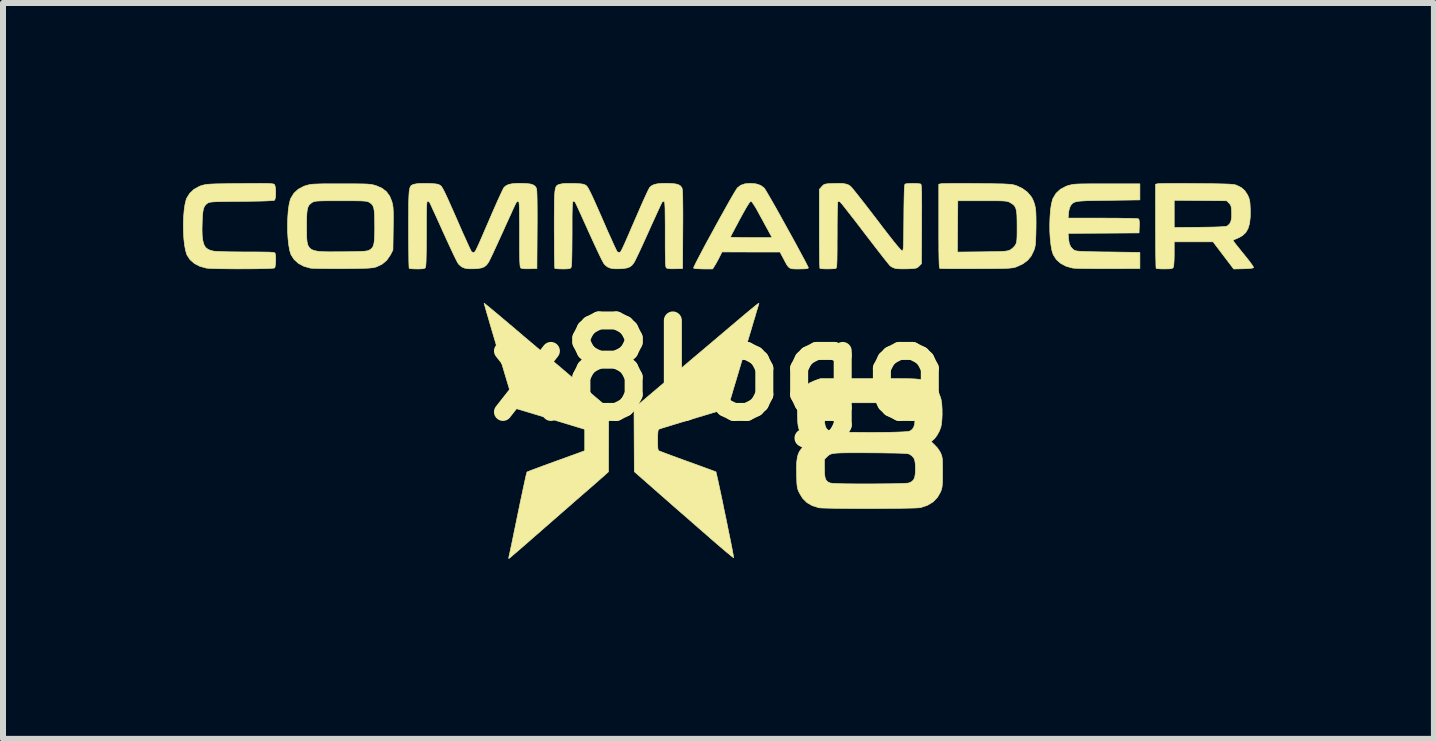
<source format=kicad_pcb>
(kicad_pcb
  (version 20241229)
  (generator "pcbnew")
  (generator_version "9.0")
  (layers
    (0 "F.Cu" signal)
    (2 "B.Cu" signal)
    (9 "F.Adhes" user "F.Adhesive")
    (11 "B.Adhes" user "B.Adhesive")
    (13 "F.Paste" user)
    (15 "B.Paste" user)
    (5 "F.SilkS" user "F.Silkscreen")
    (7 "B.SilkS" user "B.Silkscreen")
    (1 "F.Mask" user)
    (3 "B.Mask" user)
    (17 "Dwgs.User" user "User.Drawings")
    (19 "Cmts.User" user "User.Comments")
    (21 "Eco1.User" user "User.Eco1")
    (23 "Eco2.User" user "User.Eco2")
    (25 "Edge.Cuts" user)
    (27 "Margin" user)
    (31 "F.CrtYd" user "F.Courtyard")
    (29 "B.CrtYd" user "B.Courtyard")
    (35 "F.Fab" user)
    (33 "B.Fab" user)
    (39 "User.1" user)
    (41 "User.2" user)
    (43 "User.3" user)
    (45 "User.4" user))
  (footprint "x8logo"
    (layer "F.Cu")
    (at 8.923 3.124)
    (property "Reference" "x8logo" (at 0 0 0) (layer "F.SilkS") (effects (font (size 1.524 1.524) (thickness 0.3))))
    (attr through_hole)
    (fp_poly (pts (xy 7.02 -2.843) (xy 6.498 -2.836) (xy 6.356 -2.834) (xy 6.239 -2.832) (xy 6.145 -2.83) (xy 6.07 -2.826) (xy 6.012 -2.822) (xy 5.969 -2.816) (xy 5.937 -2.807) (xy 5.913 -2.797) (xy 5.895 -2.783) (xy 5.88 -2.767) (xy 5.867 -2.75) (xy 5.848 -2.709) (xy 5.834 -2.65) (xy 5.832 -2.627) (xy 5.824 -2.54) (xy 6.401 -2.54) (xy 6.526 -2.539) (xy 6.643 -2.539) (xy 6.748 -2.537) (xy 6.839 -2.536) (xy 6.912 -2.534) (xy 6.964 -2.531) (xy 6.992 -2.529) (xy 6.996 -2.528) (xy 7.006 -2.511) (xy 7.011 -2.474) (xy 7.011 -2.412) (xy 7.01 -2.405) (xy 7.006 -2.293) (xy 6.415 -2.289) (xy 5.824 -2.286) (xy 5.831 -2.194) (xy 5.843 -2.118) (xy 5.867 -2.062) (xy 5.905 -2.02) (xy 5.923 -2.008) (xy 5.935 -2.001) (xy 5.951 -1.996) (xy 5.975 -1.991) (xy 6.01 -1.988) (xy 6.057 -1.985) (xy 6.119 -1.982) (xy 6.201 -1.98) (xy 6.304 -1.978) (xy 6.431 -1.976) (xy 6.49 -1.976) (xy 7.02 -1.968) (xy 7.02 -1.7) (xy 6.491 -1.698) (xy 6.369 -1.698) (xy 6.253 -1.699) (xy 6.147 -1.7) (xy 6.055 -1.701) (xy 5.98 -1.703) (xy 5.926 -1.705) (xy 5.897 -1.708) (xy 5.897 -1.708) (xy 5.792 -1.737) (xy 5.701 -1.785) (xy 5.629 -1.848) (xy 5.579 -1.926) (xy 5.576 -1.931) (xy 5.554 -2.001) (xy 5.538 -2.092) (xy 5.526 -2.199) (xy 5.519 -2.315) (xy 5.518 -2.436) (xy 5.522 -2.555) (xy 5.53 -2.667) (xy 5.544 -2.765) (xy 5.563 -2.844) (xy 5.573 -2.87) (xy 5.624 -2.954) (xy 5.697 -3.021) (xy 5.79 -3.07) (xy 5.819 -3.08) (xy 5.846 -3.088) (xy 5.871 -3.094) (xy 5.899 -3.1) (xy 5.932 -3.104) (xy 5.973 -3.107) (xy 6.025 -3.109) (xy 6.093 -3.11) (xy 6.178 -3.111) (xy 6.283 -3.111) (xy 6.413 -3.111) (xy 6.47 -3.111) (xy 7.02 -3.111) (xy 7.02 -2.843)) (stroke (width 0.01) (type solid)) (fill yes) (layer "F.SilkS"))
    (fp_poly (pts (xy -3.895 -1.114) (xy -3.864 -1.089) (xy -3.815 -1.049) (xy -3.751 -0.996) (xy -3.672 -0.93) (xy -3.582 -0.854) (xy -3.481 -0.769) (xy -3.371 -0.676) (xy -3.256 -0.578) (xy -3.253 -0.575) (xy -3.121 -0.464) (xy -2.984 -0.348) (xy -2.845 -0.23) (xy -2.708 -0.114) (xy -2.576 -0.002) (xy -2.454 0.102) (xy -2.344 0.196) (xy -2.25 0.275) (xy -2.217 0.303) (xy -1.831 0.63) (xy -1.833 1.158) (xy -1.834 1.686) (xy -1.881 1.729) (xy -1.902 1.748) (xy -1.942 1.783) (xy -1.998 1.832) (xy -2.066 1.892) (xy -2.144 1.96) (xy -2.229 2.034) (xy -2.292 2.088) (xy -2.394 2.177) (xy -2.511 2.28) (xy -2.638 2.39) (xy -2.768 2.504) (xy -2.896 2.615) (xy -3.015 2.72) (xy -3.072 2.769) (xy -3.164 2.85) (xy -3.249 2.924) (xy -3.325 2.99) (xy -3.39 3.045) (xy -3.441 3.089) (xy -3.476 3.119) (xy -3.493 3.132) (xy -3.494 3.133) (xy -3.497 3.122) (xy -3.494 3.108) (xy -3.49 3.088) (xy -3.48 3.044) (xy -3.467 2.981) (xy -3.45 2.902) (xy -3.431 2.811) (xy -3.415 2.731) (xy -3.372 2.524) (xy -3.335 2.344) (xy -3.303 2.189) (xy -3.275 2.058) (xy -3.252 1.949) (xy -3.233 1.861) (xy -3.218 1.793) (xy -3.207 1.744) (xy -3.198 1.711) (xy -3.193 1.694) (xy -3.192 1.691) (xy -3.177 1.684) (xy -3.138 1.669) (xy -3.079 1.646) (xy -3.003 1.618) (xy -2.912 1.584) (xy -2.81 1.547) (xy -2.706 1.509) (xy -2.23 1.336) (xy -2.23 0.979) (xy -2.811 0.803) (xy -3.392 0.628) (xy -3.439 0.466) (xy -3.453 0.42) (xy -3.473 0.351) (xy -3.5 0.261) (xy -3.532 0.154) (xy -3.568 0.034) (xy -3.607 -0.097) (xy -3.648 -0.236) (xy -3.69 -0.378) (xy -3.699 -0.407) (xy -3.739 -0.543) (xy -3.777 -0.671) (xy -3.811 -0.787) (xy -3.841 -0.89) (xy -3.867 -0.978) (xy -3.886 -1.047) (xy -3.9 -1.095) (xy -3.906 -1.119) (xy -3.906 -1.122) (xy -3.895 -1.114)) (stroke (width 0.01) (type solid)) (fill yes) (layer "F.SilkS"))
    (fp_poly (pts (xy 0.623 -3.111) (xy 0.699 -3.086) (xy 0.756 -3.045) (xy 0.764 -3.036) (xy 0.778 -3.014) (xy 0.804 -2.971) (xy 0.84 -2.91) (xy 0.884 -2.834) (xy 0.935 -2.745) (xy 0.991 -2.646) (xy 1.05 -2.539) (xy 1.111 -2.429) (xy 1.173 -2.317) (xy 1.234 -2.207) (xy 1.292 -2.101) (xy 1.345 -2.002) (xy 1.393 -1.913) (xy 1.434 -1.837) (xy 1.465 -1.777) (xy 1.487 -1.734) (xy 1.496 -1.713) (xy 1.496 -1.712) (xy 1.489 -1.703) (xy 1.466 -1.698) (xy 1.423 -1.694) (xy 1.357 -1.693) (xy 1.343 -1.693) (xy 1.275 -1.693) (xy 1.226 -1.696) (xy 1.192 -1.706) (xy 1.165 -1.725) (xy 1.139 -1.759) (xy 1.11 -1.811) (xy 1.085 -1.859) (xy 1.023 -1.975) (xy 0.54 -1.975) (xy 0.057 -1.976) (xy 0.013 -1.888) (xy -0.016 -1.833) (xy -0.045 -1.78) (xy -0.065 -1.747) (xy -0.099 -1.693) (xy -0.253 -1.693) (xy -0.319 -1.695) (xy -0.371 -1.698) (xy -0.406 -1.703) (xy -0.416 -1.707) (xy -0.412 -1.723) (xy -0.395 -1.76) (xy -0.367 -1.816) (xy -0.33 -1.888) (xy -0.285 -1.973) (xy -0.234 -2.07) (xy -0.178 -2.174) (xy -0.151 -2.223) (xy 0.198 -2.223) (xy 0.211 -2.221) (xy 0.249 -2.219) (xy 0.307 -2.218) (xy 0.383 -2.216) (xy 0.471 -2.216) (xy 0.545 -2.215) (xy 0.892 -2.215) (xy 0.843 -2.304) (xy 0.82 -2.347) (xy 0.786 -2.408) (xy 0.747 -2.481) (xy 0.704 -2.559) (xy 0.678 -2.607) (xy 0.627 -2.7) (xy 0.586 -2.766) (xy 0.557 -2.807) (xy 0.539 -2.822) (xy 0.538 -2.822) (xy 0.524 -2.811) (xy 0.499 -2.776) (xy 0.463 -2.718) (xy 0.416 -2.636) (xy 0.357 -2.528) (xy 0.356 -2.527) (xy 0.312 -2.443) (xy 0.272 -2.369) (xy 0.239 -2.306) (xy 0.214 -2.258) (xy 0.2 -2.23) (xy 0.198 -2.223) (xy -0.151 -2.223) (xy -0.118 -2.283) (xy -0.057 -2.395) (xy 0.004 -2.506) (xy 0.064 -2.614) (xy 0.121 -2.716) (xy 0.173 -2.809) (xy 0.22 -2.891) (xy 0.259 -2.958) (xy 0.29 -3.008) (xy 0.31 -3.039) (xy 0.315 -3.045) (xy 0.369 -3.087) (xy 0.438 -3.111) (xy 0.525 -3.118) (xy 0.526 -3.118) (xy 0.623 -3.111)) (stroke (width 0.01) (type solid)) (fill yes) (layer "F.SilkS"))
    (fp_poly (pts (xy 7.754 -3.117) (xy 7.88 -3.116) (xy 7.96 -3.115) (xy 8.111 -3.114) (xy 8.236 -3.113) (xy 8.339 -3.111) (xy 8.421 -3.109) (xy 8.486 -3.107) (xy 8.535 -3.104) (xy 8.573 -3.1) (xy 8.601 -3.096) (xy 8.621 -3.091) (xy 8.632 -3.087) (xy 8.71 -3.048) (xy 8.768 -2.997) (xy 8.813 -2.928) (xy 8.816 -2.922) (xy 8.834 -2.883) (xy 8.845 -2.846) (xy 8.853 -2.803) (xy 8.857 -2.746) (xy 8.86 -2.682) (xy 8.859 -2.554) (xy 8.847 -2.45) (xy 8.822 -2.366) (xy 8.785 -2.301) (xy 8.732 -2.251) (xy 8.686 -2.223) (xy 8.641 -2.202) (xy 8.604 -2.186) (xy 8.589 -2.181) (xy 8.58 -2.178) (xy 8.575 -2.175) (xy 8.575 -2.168) (xy 8.581 -2.155) (xy 8.596 -2.133) (xy 8.621 -2.1) (xy 8.659 -2.053) (xy 8.71 -1.989) (xy 8.777 -1.907) (xy 8.788 -1.893) (xy 8.834 -1.835) (xy 8.872 -1.784) (xy 8.9 -1.744) (xy 8.913 -1.72) (xy 8.914 -1.716) (xy 8.898 -1.708) (xy 8.856 -1.702) (xy 8.79 -1.698) (xy 8.746 -1.696) (xy 8.583 -1.692) (xy 8.239 -2.145) (xy 7.592 -2.145) (xy 7.592 -1.946) (xy 7.591 -1.872) (xy 7.588 -1.806) (xy 7.584 -1.755) (xy 7.579 -1.724) (xy 7.577 -1.721) (xy 7.567 -1.708) (xy 7.55 -1.7) (xy 7.519 -1.695) (xy 7.469 -1.694) (xy 7.431 -1.693) (xy 7.373 -1.694) (xy 7.326 -1.697) (xy 7.297 -1.701) (xy 7.291 -1.703) (xy 7.289 -1.718) (xy 7.287 -1.759) (xy 7.286 -1.823) (xy 7.284 -1.907) (xy 7.283 -2.008) (xy 7.282 -2.124) (xy 7.282 -2.251) (xy 7.281 -2.383) (xy 7.592 -2.383) (xy 8.019 -2.387) (xy 8.152 -2.389) (xy 8.259 -2.391) (xy 8.343 -2.394) (xy 8.405 -2.398) (xy 8.447 -2.402) (xy 8.472 -2.407) (xy 8.477 -2.41) (xy 8.514 -2.441) (xy 8.537 -2.488) (xy 8.549 -2.553) (xy 8.549 -2.633) (xy 8.546 -2.693) (xy 8.54 -2.732) (xy 8.531 -2.759) (xy 8.514 -2.781) (xy 8.505 -2.79) (xy 8.466 -2.829) (xy 8.029 -2.833) (xy 7.592 -2.837) (xy 7.592 -2.383) (xy 7.281 -2.383) (xy 7.281 -2.387) (xy 7.281 -2.408) (xy 7.281 -3.104) (xy 7.314 -3.112) (xy 7.335 -3.114) (xy 7.381 -3.115) (xy 7.449 -3.116) (xy 7.536 -3.117) (xy 7.639 -3.117) (xy 7.754 -3.117)) (stroke (width 0.01) (type solid)) (fill yes) (layer "F.SilkS"))
    (fp_poly (pts (xy 4.14 -3.117) (xy 4.263 -3.116) (xy 4.306 -3.116) (xy 4.448 -3.114) (xy 4.565 -3.113) (xy 4.66 -3.111) (xy 4.735 -3.11) (xy 4.795 -3.107) (xy 4.841 -3.104) (xy 4.877 -3.101) (xy 4.906 -3.096) (xy 4.93 -3.09) (xy 4.954 -3.083) (xy 4.968 -3.078) (xy 5.062 -3.034) (xy 5.144 -2.973) (xy 5.206 -2.901) (xy 5.227 -2.867) (xy 5.249 -2.818) (xy 5.266 -2.768) (xy 5.278 -2.713) (xy 5.286 -2.647) (xy 5.289 -2.566) (xy 5.29 -2.465) (xy 5.289 -2.364) (xy 5.287 -2.264) (xy 5.284 -2.187) (xy 5.281 -2.129) (xy 5.276 -2.084) (xy 5.269 -2.049) (xy 5.259 -2.017) (xy 5.253 -2) (xy 5.209 -1.909) (xy 5.149 -1.836) (xy 5.069 -1.777) (xy 4.969 -1.731) (xy 4.948 -1.723) (xy 4.927 -1.717) (xy 4.903 -1.712) (xy 4.872 -1.709) (xy 4.832 -1.705) (xy 4.78 -1.703) (xy 4.713 -1.701) (xy 4.628 -1.7) (xy 4.523 -1.699) (xy 4.394 -1.698) (xy 4.297 -1.698) (xy 4.17 -1.697) (xy 4.051 -1.697) (xy 3.944 -1.697) (xy 3.852 -1.698) (xy 3.777 -1.699) (xy 3.723 -1.7) (xy 3.692 -1.701) (xy 3.687 -1.702) (xy 3.682 -1.71) (xy 3.679 -1.73) (xy 3.676 -1.765) (xy 3.674 -1.817) (xy 3.672 -1.886) (xy 3.671 -1.974) (xy 3.979 -1.974) (xy 4.392 -1.978) (xy 4.513 -1.98) (xy 4.609 -1.981) (xy 4.683 -1.983) (xy 4.74 -1.986) (xy 4.782 -1.989) (xy 4.812 -1.994) (xy 4.835 -2) (xy 4.854 -2.007) (xy 4.858 -2.009) (xy 4.9 -2.039) (xy 4.937 -2.079) (xy 4.942 -2.086) (xy 4.953 -2.106) (xy 4.962 -2.127) (xy 4.967 -2.152) (xy 4.971 -2.188) (xy 4.973 -2.238) (xy 4.974 -2.307) (xy 4.974 -2.399) (xy 4.973 -2.506) (xy 4.971 -2.589) (xy 4.964 -2.652) (xy 4.954 -2.699) (xy 4.937 -2.734) (xy 4.915 -2.761) (xy 4.884 -2.783) (xy 4.864 -2.795) (xy 4.847 -2.805) (xy 4.829 -2.813) (xy 4.809 -2.819) (xy 4.782 -2.823) (xy 4.746 -2.826) (xy 4.695 -2.828) (xy 4.628 -2.829) (xy 4.541 -2.829) (xy 4.43 -2.829) (xy 4.396 -2.829) (xy 3.986 -2.829) (xy 3.979 -1.974) (xy 3.671 -1.974) (xy 3.67 -1.977) (xy 3.67 -2.089) (xy 3.669 -2.226) (xy 3.669 -2.389) (xy 3.669 -2.407) (xy 3.669 -3.104) (xy 3.703 -3.112) (xy 3.724 -3.114) (xy 3.77 -3.115) (xy 3.838 -3.116) (xy 3.924 -3.117) (xy 4.026 -3.117) (xy 4.14 -3.117)) (stroke (width 0.01) (type solid)) (fill yes) (layer "F.SilkS"))
    (fp_poly (pts (xy -7.554 -3.117) (xy -7.5 -3.116) (xy -7.461 -3.114) (xy -7.433 -3.111) (xy -7.416 -3.108) (xy -7.405 -3.103) (xy -7.399 -3.096) (xy -7.398 -3.096) (xy -7.388 -3.068) (xy -7.382 -3.023) (xy -7.38 -2.969) (xy -7.381 -2.915) (xy -7.387 -2.87) (xy -7.396 -2.842) (xy -7.398 -2.839) (xy -7.419 -2.834) (xy -7.467 -2.83) (xy -7.543 -2.826) (xy -7.647 -2.823) (xy -7.778 -2.821) (xy -7.937 -2.819) (xy -7.946 -2.819) (xy -8.083 -2.818) (xy -8.196 -2.817) (xy -8.285 -2.815) (xy -8.355 -2.814) (xy -8.408 -2.811) (xy -8.447 -2.808) (xy -8.475 -2.804) (xy -8.494 -2.799) (xy -8.508 -2.793) (xy -8.513 -2.79) (xy -8.543 -2.766) (xy -8.566 -2.737) (xy -8.582 -2.697) (xy -8.593 -2.642) (xy -8.6 -2.568) (xy -8.604 -2.478) (xy -8.607 -2.348) (xy -8.604 -2.243) (xy -8.593 -2.161) (xy -8.575 -2.098) (xy -8.548 -2.052) (xy -8.51 -2.021) (xy -8.461 -2) (xy -8.409 -1.989) (xy -8.373 -1.986) (xy -8.312 -1.983) (xy -8.232 -1.98) (xy -8.136 -1.978) (xy -8.029 -1.977) (xy -7.915 -1.976) (xy -7.858 -1.976) (xy -7.73 -1.976) (xy -7.628 -1.975) (xy -7.549 -1.974) (xy -7.489 -1.973) (xy -7.446 -1.97) (xy -7.418 -1.967) (xy -7.4 -1.963) (xy -7.391 -1.957) (xy -7.389 -1.953) (xy -7.383 -1.922) (xy -7.38 -1.875) (xy -7.38 -1.822) (xy -7.384 -1.771) (xy -7.389 -1.731) (xy -7.397 -1.71) (xy -7.415 -1.706) (xy -7.457 -1.703) (xy -7.519 -1.7) (xy -7.599 -1.698) (xy -7.693 -1.696) (xy -7.796 -1.695) (xy -7.905 -1.695) (xy -8.016 -1.694) (xy -8.126 -1.695) (xy -8.231 -1.696) (xy -8.326 -1.697) (xy -8.41 -1.7) (xy -8.477 -1.702) (xy -8.524 -1.706) (xy -8.539 -1.708) (xy -8.644 -1.737) (xy -8.734 -1.784) (xy -8.807 -1.848) (xy -8.857 -1.925) (xy -8.86 -1.931) (xy -8.881 -2.001) (xy -8.898 -2.092) (xy -8.91 -2.199) (xy -8.916 -2.315) (xy -8.918 -2.436) (xy -8.914 -2.555) (xy -8.905 -2.667) (xy -8.891 -2.765) (xy -8.872 -2.844) (xy -8.863 -2.87) (xy -8.812 -2.952) (xy -8.74 -3.02) (xy -8.649 -3.07) (xy -8.624 -3.079) (xy -8.599 -3.087) (xy -8.574 -3.093) (xy -8.546 -3.099) (xy -8.513 -3.103) (xy -8.47 -3.106) (xy -8.415 -3.109) (xy -8.345 -3.111) (xy -8.257 -3.112) (xy -8.148 -3.114) (xy -8.014 -3.115) (xy -7.973 -3.115) (xy -7.833 -3.117) (xy -7.718 -3.117) (xy -7.626 -3.118) (xy -7.554 -3.117)) (stroke (width 0.01) (type solid)) (fill yes) (layer "F.SilkS"))
    (fp_poly (pts (xy 0.672 -1.118) (xy 0.671 -1.114) (xy 0.671 -1.112) (xy 0.666 -1.096) (xy 0.654 -1.055) (xy 0.634 -0.991) (xy 0.61 -0.907) (xy 0.579 -0.806) (xy 0.545 -0.689) (xy 0.506 -0.56) (xy 0.464 -0.419) (xy 0.42 -0.27) (xy 0.409 -0.233) (xy 0.364 -0.083) (xy 0.322 0.059) (xy 0.283 0.19) (xy 0.247 0.308) (xy 0.217 0.412) (xy 0.191 0.497) (xy 0.171 0.564) (xy 0.157 0.608) (xy 0.151 0.628) (xy 0.151 0.63) (xy 0.137 0.634) (xy 0.099 0.645) (xy 0.04 0.663) (xy -0.037 0.686) (xy -0.131 0.714) (xy -0.237 0.746) (xy -0.353 0.781) (xy -0.402 0.796) (xy -0.523 0.832) (xy -0.636 0.866) (xy -0.738 0.897) (xy -0.826 0.924) (xy -0.898 0.946) (xy -0.95 0.962) (xy -0.979 0.972) (xy -0.983 0.973) (xy -0.996 0.98) (xy -1.005 0.992) (xy -1.01 1.014) (xy -1.013 1.05) (xy -1.015 1.106) (xy -1.015 1.156) (xy -1.015 1.229) (xy -1.013 1.278) (xy -1.01 1.31) (xy -1.003 1.328) (xy -0.993 1.338) (xy -0.991 1.339) (xy -0.973 1.346) (xy -0.931 1.362) (xy -0.868 1.386) (xy -0.79 1.415) (xy -0.697 1.449) (xy -0.594 1.487) (xy -0.508 1.518) (xy -0.4 1.557) (xy -0.301 1.593) (xy -0.214 1.625) (xy -0.142 1.651) (xy -0.088 1.671) (xy -0.054 1.684) (xy -0.044 1.688) (xy -0.04 1.703) (xy -0.031 1.742) (xy -0.017 1.802) (xy 0.000142 1.881) (xy 0.02 1.974) (xy 0.043 2.08) (xy 0.067 2.194) (xy 0.091 2.314) (xy 0.117 2.436) (xy 0.142 2.557) (xy 0.165 2.674) (xy 0.188 2.784) (xy 0.208 2.884) (xy 0.225 2.97) (xy 0.238 3.039) (xy 0.247 3.089) (xy 0.251 3.115) (xy 0.251 3.119) (xy 0.24 3.112) (xy 0.21 3.089) (xy 0.164 3.051) (xy 0.103 3.001) (xy 0.031 2.939) (xy -0.051 2.869) (xy -0.14 2.792) (xy -0.148 2.784) (xy -0.241 2.703) (xy -0.33 2.626) (xy -0.412 2.554) (xy -0.484 2.491) (xy -0.543 2.439) (xy -0.587 2.401) (xy -0.612 2.38) (xy -0.639 2.356) (xy -0.684 2.317) (xy -0.744 2.265) (xy -0.816 2.201) (xy -0.897 2.13) (xy -0.984 2.054) (xy -1.042 2.003) (xy -1.404 1.685) (xy -1.409 0.628) (xy -0.401 -0.226) (xy -0.224 -0.375) (xy -0.068 -0.507) (xy 0.069 -0.623) (xy 0.188 -0.724) (xy 0.29 -0.81) (xy 0.377 -0.884) (xy 0.45 -0.945) (xy 0.51 -0.995) (xy 0.559 -1.035) (xy 0.597 -1.066) (xy 0.625 -1.089) (xy 0.646 -1.105) (xy 0.66 -1.115) (xy 0.668 -1.119) (xy 0.672 -1.12) (xy 0.672 -1.118)) (stroke (width 0.01) (type solid)) (fill yes) (layer "F.SilkS"))
    (fp_poly (pts (xy 2.07 -3.116) (xy 2.121 -3.108) (xy 2.16 -3.095) (xy 2.193 -3.074) (xy 2.2 -3.068) (xy 2.217 -3.05) (xy 2.249 -3.012) (xy 2.294 -2.956) (xy 2.351 -2.884) (xy 2.417 -2.8) (xy 2.49 -2.706) (xy 2.569 -2.603) (xy 2.64 -2.511) (xy 2.745 -2.372) (xy 2.835 -2.256) (xy 2.909 -2.162) (xy 2.968 -2.089) (xy 3.013 -2.037) (xy 3.043 -2.005) (xy 3.059 -1.993) (xy 3.06 -1.993) (xy 3.066 -1.996) (xy 3.071 -2.005) (xy 3.075 -2.023) (xy 3.078 -2.052) (xy 3.081 -2.095) (xy 3.082 -2.154) (xy 3.084 -2.232) (xy 3.085 -2.331) (xy 3.086 -2.454) (xy 3.087 -2.547) (xy 3.088 -2.694) (xy 3.09 -2.816) (xy 3.092 -2.913) (xy 3.094 -2.988) (xy 3.097 -3.043) (xy 3.1 -3.08) (xy 3.104 -3.101) (xy 3.108 -3.107) (xy 3.132 -3.113) (xy 3.174 -3.116) (xy 3.228 -3.118) (xy 3.283 -3.117) (xy 3.331 -3.114) (xy 3.363 -3.109) (xy 3.369 -3.107) (xy 3.374 -3.099) (xy 3.377 -3.079) (xy 3.38 -3.046) (xy 3.382 -2.997) (xy 3.384 -2.93) (xy 3.384 -2.844) (xy 3.385 -2.735) (xy 3.384 -2.603) (xy 3.384 -2.444) (xy 3.384 -2.437) (xy 3.38 -1.779) (xy 3.341 -1.74) (xy 3.321 -1.722) (xy 3.3 -1.71) (xy 3.272 -1.703) (xy 3.23 -1.699) (xy 3.167 -1.696) (xy 3.159 -1.695) (xy 3.064 -1.694) (xy 2.992 -1.696) (xy 2.938 -1.704) (xy 2.898 -1.719) (xy 2.865 -1.74) (xy 2.854 -1.75) (xy 2.837 -1.77) (xy 2.805 -1.81) (xy 2.759 -1.867) (xy 2.703 -1.939) (xy 2.637 -2.024) (xy 2.564 -2.119) (xy 2.485 -2.221) (xy 2.425 -2.299) (xy 2.345 -2.404) (xy 2.27 -2.502) (xy 2.201 -2.59) (xy 2.141 -2.667) (xy 2.091 -2.731) (xy 2.053 -2.778) (xy 2.028 -2.806) (xy 2.02 -2.814) (xy 1.995 -2.817) (xy 1.988 -2.814) (xy 1.985 -2.799) (xy 1.983 -2.758) (xy 1.98 -2.694) (xy 1.978 -2.61) (xy 1.977 -2.508) (xy 1.976 -2.392) (xy 1.976 -2.264) (xy 1.976 -2.258) (xy 1.975 -2.118) (xy 1.975 -2.004) (xy 1.974 -1.913) (xy 1.973 -1.842) (xy 1.971 -1.789) (xy 1.969 -1.751) (xy 1.966 -1.726) (xy 1.961 -1.711) (xy 1.956 -1.704) (xy 1.953 -1.702) (xy 1.928 -1.698) (xy 1.885 -1.695) (xy 1.833 -1.694) (xy 1.779 -1.694) (xy 1.732 -1.696) (xy 1.699 -1.699) (xy 1.689 -1.703) (xy 1.687 -1.718) (xy 1.685 -1.759) (xy 1.683 -1.823) (xy 1.682 -1.906) (xy 1.681 -2.006) (xy 1.68 -2.121) (xy 1.679 -2.246) (xy 1.679 -2.366) (xy 1.679 -3.019) (xy 1.72 -3.065) (xy 1.739 -3.085) (xy 1.757 -3.099) (xy 1.781 -3.107) (xy 1.816 -3.112) (xy 1.869 -3.115) (xy 1.91 -3.116) (xy 2.001 -3.118) (xy 2.07 -3.116)) (stroke (width 0.01) (type solid)) (fill yes) (layer "F.SilkS"))
    (fp_poly (pts (xy -6.163 -3.111) (xy -6.057 -3.111) (xy -5.972 -3.11) (xy -5.906 -3.109) (xy -5.854 -3.107) (xy -5.813 -3.103) (xy -5.78 -3.099) (xy -5.752 -3.093) (xy -5.725 -3.086) (xy -5.705 -3.08) (xy -5.609 -3.038) (xy -5.534 -2.98) (xy -5.479 -2.904) (xy -5.446 -2.822) (xy -5.437 -2.79) (xy -5.43 -2.759) (xy -5.425 -2.725) (xy -5.422 -2.683) (xy -5.42 -2.63) (xy -5.419 -2.56) (xy -5.42 -2.471) (xy -5.421 -2.367) (xy -5.426 -2.009) (xy -5.468 -1.926) (xy -5.528 -1.839) (xy -5.607 -1.772) (xy -5.705 -1.726) (xy -5.729 -1.72) (xy -5.757 -1.714) (xy -5.794 -1.71) (xy -5.841 -1.706) (xy -5.903 -1.704) (xy -5.983 -1.702) (xy -6.083 -1.7) (xy -6.207 -1.699) (xy -6.258 -1.699) (xy -6.375 -1.698) (xy -6.485 -1.699) (xy -6.586 -1.7) (xy -6.672 -1.701) (xy -6.74 -1.703) (xy -6.786 -1.705) (xy -6.803 -1.707) (xy -6.909 -1.737) (xy -7 -1.785) (xy -7.072 -1.85) (xy -7.122 -1.927) (xy -7.124 -1.931) (xy -7.146 -2.001) (xy -7.162 -2.092) (xy -7.174 -2.199) (xy -7.181 -2.315) (xy -7.182 -2.413) (xy -6.865 -2.413) (xy -6.865 -2.306) (xy -6.863 -2.218) (xy -6.857 -2.147) (xy -6.844 -2.091) (xy -6.821 -2.05) (xy -6.787 -2.019) (xy -6.738 -1.999) (xy -6.672 -1.986) (xy -6.587 -1.98) (xy -6.48 -1.978) (xy -6.349 -1.979) (xy -6.272 -1.979) (xy -6.151 -1.98) (xy -6.055 -1.982) (xy -5.981 -1.984) (xy -5.925 -1.986) (xy -5.884 -1.99) (xy -5.855 -1.994) (xy -5.834 -2) (xy -5.819 -2.007) (xy -5.791 -2.025) (xy -5.769 -2.047) (xy -5.753 -2.077) (xy -5.742 -2.118) (xy -5.735 -2.174) (xy -5.731 -2.249) (xy -5.729 -2.347) (xy -5.729 -2.404) (xy -5.73 -2.513) (xy -5.732 -2.598) (xy -5.738 -2.663) (xy -5.746 -2.711) (xy -5.76 -2.746) (xy -5.778 -2.771) (xy -5.803 -2.792) (xy -5.819 -2.802) (xy -5.833 -2.81) (xy -5.85 -2.816) (xy -5.874 -2.821) (xy -5.907 -2.824) (xy -5.952 -2.827) (xy -6.013 -2.828) (xy -6.094 -2.829) (xy -6.197 -2.829) (xy -6.294 -2.829) (xy -6.416 -2.829) (xy -6.513 -2.829) (xy -6.589 -2.828) (xy -6.646 -2.826) (xy -6.688 -2.824) (xy -6.719 -2.82) (xy -6.74 -2.815) (xy -6.757 -2.809) (xy -6.77 -2.802) (xy -6.8 -2.78) (xy -6.824 -2.756) (xy -6.841 -2.724) (xy -6.853 -2.681) (xy -6.86 -2.623) (xy -6.864 -2.545) (xy -6.865 -2.445) (xy -6.865 -2.413) (xy -7.182 -2.413) (xy -7.182 -2.436) (xy -7.178 -2.555) (xy -7.17 -2.667) (xy -7.156 -2.765) (xy -7.137 -2.844) (xy -7.127 -2.87) (xy -7.076 -2.954) (xy -7.003 -3.021) (xy -6.91 -3.07) (xy -6.881 -3.08) (xy -6.853 -3.088) (xy -6.826 -3.095) (xy -6.796 -3.101) (xy -6.761 -3.105) (xy -6.717 -3.107) (xy -6.66 -3.109) (xy -6.588 -3.111) (xy -6.496 -3.111) (xy -6.382 -3.111) (xy -6.294 -3.111) (xy -6.163 -3.111)) (stroke (width 0.01) (type solid)) (fill yes) (layer "F.SilkS"))
    (fp_poly (pts (xy -3.209 -3.116) (xy -3.139 -3.109) (xy -3.09 -3.094) (xy -3.058 -3.072) (xy -3.037 -3.041) (xy -3.036 -3.039) (xy -3.032 -3.02) (xy -3.028 -2.984) (xy -3.026 -2.93) (xy -3.024 -2.857) (xy -3.023 -2.761) (xy -3.022 -2.642) (xy -3.022 -2.498) (xy -3.023 -2.349) (xy -3.027 -1.7) (xy -3.152 -1.696) (xy -3.224 -1.696) (xy -3.273 -1.701) (xy -3.296 -1.709) (xy -3.301 -1.717) (xy -3.306 -1.735) (xy -3.309 -1.764) (xy -3.312 -1.808) (xy -3.314 -1.868) (xy -3.315 -1.947) (xy -3.316 -2.048) (xy -3.316 -2.173) (xy -3.316 -2.274) (xy -3.316 -2.415) (xy -3.317 -2.532) (xy -3.318 -2.624) (xy -3.319 -2.696) (xy -3.321 -2.749) (xy -3.324 -2.785) (xy -3.327 -2.808) (xy -3.331 -2.82) (xy -3.336 -2.822) (xy -3.361 -2.812) (xy -3.368 -2.805) (xy -3.377 -2.788) (xy -3.396 -2.749) (xy -3.424 -2.69) (xy -3.458 -2.614) (xy -3.499 -2.524) (xy -3.545 -2.424) (xy -3.591 -2.321) (xy -3.641 -2.212) (xy -3.688 -2.109) (xy -3.731 -2.016) (xy -3.768 -1.935) (xy -3.799 -1.871) (xy -3.821 -1.826) (xy -3.832 -1.805) (xy -3.865 -1.76) (xy -3.903 -1.729) (xy -3.951 -1.71) (xy -4.016 -1.7) (xy -4.073 -1.696) (xy -4.162 -1.696) (xy -4.23 -1.706) (xy -4.282 -1.729) (xy -4.325 -1.766) (xy -4.339 -1.784) (xy -4.353 -1.807) (xy -4.376 -1.852) (xy -4.408 -1.917) (xy -4.446 -1.998) (xy -4.49 -2.092) (xy -4.538 -2.196) (xy -4.588 -2.306) (xy -4.589 -2.307) (xy -4.638 -2.417) (xy -4.684 -2.518) (xy -4.725 -2.609) (xy -4.761 -2.685) (xy -4.788 -2.746) (xy -4.807 -2.786) (xy -4.816 -2.804) (xy -4.816 -2.805) (xy -4.839 -2.821) (xy -4.848 -2.822) (xy -4.853 -2.819) (xy -4.858 -2.807) (xy -4.861 -2.785) (xy -4.864 -2.749) (xy -4.866 -2.697) (xy -4.867 -2.627) (xy -4.868 -2.536) (xy -4.868 -2.422) (xy -4.868 -2.285) (xy -4.869 -2.132) (xy -4.87 -2.002) (xy -4.872 -1.894) (xy -4.874 -1.812) (xy -4.878 -1.755) (xy -4.882 -1.724) (xy -4.883 -1.721) (xy -4.893 -1.707) (xy -4.912 -1.699) (xy -4.943 -1.695) (xy -4.995 -1.693) (xy -5.022 -1.693) (xy -5.078 -1.694) (xy -5.124 -1.697) (xy -5.151 -1.701) (xy -5.155 -1.703) (xy -5.157 -1.718) (xy -5.159 -1.759) (xy -5.161 -1.823) (xy -5.162 -1.906) (xy -5.163 -2.006) (xy -5.164 -2.12) (xy -5.165 -2.245) (xy -5.165 -2.36) (xy -5.165 -2.52) (xy -5.164 -2.655) (xy -5.164 -2.766) (xy -5.162 -2.856) (xy -5.159 -2.927) (xy -5.155 -2.982) (xy -5.148 -3.023) (xy -5.14 -3.053) (xy -5.13 -3.073) (xy -5.116 -3.086) (xy -5.1 -3.095) (xy -5.08 -3.102) (xy -5.068 -3.105) (xy -5.027 -3.113) (xy -4.964 -3.117) (xy -4.885 -3.117) (xy -4.843 -3.117) (xy -4.768 -3.114) (xy -4.715 -3.11) (xy -4.679 -3.104) (xy -4.653 -3.094) (xy -4.633 -3.082) (xy -4.62 -3.069) (xy -4.604 -3.046) (xy -4.584 -3.01) (xy -4.558 -2.959) (xy -4.526 -2.891) (xy -4.487 -2.805) (xy -4.439 -2.697) (xy -4.381 -2.566) (xy -4.363 -2.525) (xy -4.313 -2.41) (xy -4.266 -2.302) (xy -4.222 -2.206) (xy -4.185 -2.123) (xy -4.154 -2.056) (xy -4.131 -2.008) (xy -4.118 -1.982) (xy -4.115 -1.979) (xy -4.089 -1.967) (xy -4.075 -1.969) (xy -4.069 -1.972) (xy -4.063 -1.977) (xy -4.055 -1.987) (xy -4.045 -2.004) (xy -4.032 -2.03) (xy -4.015 -2.066) (xy -3.992 -2.116) (xy -3.963 -2.182) (xy -3.927 -2.264) (xy -3.883 -2.367) (xy -3.829 -2.491) (xy -3.769 -2.631) (xy -3.725 -2.73) (xy -3.684 -2.823) (xy -3.647 -2.904) (xy -3.616 -2.971) (xy -3.592 -3.02) (xy -3.577 -3.048) (xy -3.574 -3.052) (xy -3.541 -3.08) (xy -3.499 -3.1) (xy -3.442 -3.112) (xy -3.366 -3.118) (xy -3.302 -3.119) (xy -3.209 -3.116)) (stroke (width 0.01) (type solid)) (fill yes) (layer "F.SilkS"))
    (fp_poly (pts (xy -0.782 -3.116) (xy -0.712 -3.109) (xy -0.663 -3.094) (xy -0.63 -3.072) (xy -0.61 -3.041) (xy -0.609 -3.039) (xy -0.605 -3.02) (xy -0.601 -2.984) (xy -0.599 -2.93) (xy -0.597 -2.857) (xy -0.596 -2.761) (xy -0.595 -2.642) (xy -0.595 -2.498) (xy -0.596 -2.349) (xy -0.6 -1.7) (xy -0.725 -1.696) (xy -0.797 -1.696) (xy -0.846 -1.701) (xy -0.869 -1.709) (xy -0.874 -1.717) (xy -0.879 -1.735) (xy -0.882 -1.764) (xy -0.885 -1.808) (xy -0.886 -1.868) (xy -0.888 -1.947) (xy -0.889 -2.048) (xy -0.889 -2.173) (xy -0.889 -2.274) (xy -0.889 -2.415) (xy -0.89 -2.532) (xy -0.891 -2.624) (xy -0.892 -2.696) (xy -0.894 -2.749) (xy -0.897 -2.785) (xy -0.9 -2.808) (xy -0.904 -2.82) (xy -0.908 -2.822) (xy -0.934 -2.812) (xy -0.941 -2.805) (xy -0.95 -2.788) (xy -0.969 -2.749) (xy -0.996 -2.69) (xy -1.031 -2.614) (xy -1.072 -2.524) (xy -1.118 -2.424) (xy -1.164 -2.321) (xy -1.213 -2.212) (xy -1.26 -2.109) (xy -1.303 -2.016) (xy -1.341 -1.935) (xy -1.372 -1.871) (xy -1.394 -1.826) (xy -1.405 -1.805) (xy -1.438 -1.76) (xy -1.476 -1.729) (xy -1.524 -1.71) (xy -1.589 -1.7) (xy -1.646 -1.696) (xy -1.735 -1.696) (xy -1.802 -1.706) (xy -1.855 -1.729) (xy -1.898 -1.766) (xy -1.912 -1.784) (xy -1.925 -1.807) (xy -1.949 -1.852) (xy -1.981 -1.917) (xy -2.019 -1.998) (xy -2.063 -2.092) (xy -2.111 -2.196) (xy -2.161 -2.306) (xy -2.162 -2.307) (xy -2.211 -2.417) (xy -2.257 -2.518) (xy -2.298 -2.609) (xy -2.333 -2.685) (xy -2.361 -2.746) (xy -2.38 -2.786) (xy -2.389 -2.804) (xy -2.389 -2.805) (xy -2.412 -2.821) (xy -2.421 -2.822) (xy -2.426 -2.819) (xy -2.43 -2.807) (xy -2.434 -2.785) (xy -2.437 -2.749) (xy -2.438 -2.697) (xy -2.44 -2.627) (xy -2.441 -2.536) (xy -2.441 -2.422) (xy -2.441 -2.285) (xy -2.442 -2.132) (xy -2.443 -2.002) (xy -2.445 -1.894) (xy -2.447 -1.812) (xy -2.451 -1.755) (xy -2.455 -1.724) (xy -2.456 -1.721) (xy -2.466 -1.707) (xy -2.484 -1.699) (xy -2.516 -1.695) (xy -2.568 -1.693) (xy -2.595 -1.693) (xy -2.651 -1.694) (xy -2.697 -1.697) (xy -2.724 -1.701) (xy -2.728 -1.703) (xy -2.73 -1.718) (xy -2.732 -1.759) (xy -2.733 -1.823) (xy -2.735 -1.906) (xy -2.736 -2.006) (xy -2.737 -2.12) (xy -2.737 -2.245) (xy -2.738 -2.36) (xy -2.738 -2.52) (xy -2.737 -2.655) (xy -2.736 -2.766) (xy -2.735 -2.856) (xy -2.732 -2.927) (xy -2.727 -2.982) (xy -2.721 -3.023) (xy -2.713 -3.053) (xy -2.702 -3.073) (xy -2.689 -3.086) (xy -2.673 -3.095) (xy -2.653 -3.102) (xy -2.641 -3.105) (xy -2.6 -3.113) (xy -2.537 -3.117) (xy -2.457 -3.117) (xy -2.416 -3.117) (xy -2.341 -3.114) (xy -2.288 -3.11) (xy -2.252 -3.104) (xy -2.226 -3.094) (xy -2.206 -3.082) (xy -2.193 -3.069) (xy -2.177 -3.046) (xy -2.157 -3.01) (xy -2.131 -2.959) (xy -2.099 -2.891) (xy -2.06 -2.805) (xy -2.012 -2.697) (xy -1.954 -2.566) (xy -1.936 -2.525) (xy -1.886 -2.41) (xy -1.839 -2.302) (xy -1.795 -2.206) (xy -1.758 -2.123) (xy -1.727 -2.056) (xy -1.704 -2.008) (xy -1.691 -1.982) (xy -1.688 -1.979) (xy -1.662 -1.967) (xy -1.648 -1.969) (xy -1.642 -1.972) (xy -1.636 -1.977) (xy -1.628 -1.987) (xy -1.618 -2.004) (xy -1.605 -2.03) (xy -1.588 -2.066) (xy -1.565 -2.116) (xy -1.536 -2.182) (xy -1.5 -2.264) (xy -1.456 -2.367) (xy -1.402 -2.491) (xy -1.341 -2.631) (xy -1.298 -2.73) (xy -1.257 -2.823) (xy -1.22 -2.904) (xy -1.189 -2.971) (xy -1.165 -3.02) (xy -1.149 -3.048) (xy -1.147 -3.052) (xy -1.114 -3.08) (xy -1.072 -3.1) (xy -1.015 -3.112) (xy -0.939 -3.118) (xy -0.875 -3.119) (xy -0.782 -3.116)) (stroke (width 0.01) (type solid)) (fill yes) (layer "F.SilkS"))
    (fp_poly (pts (xy 2.683 0.134) (xy 2.829 0.134) (xy 2.952 0.134) (xy 3.053 0.135) (xy 3.137 0.136) (xy 3.204 0.137) (xy 3.257 0.139) (xy 3.299 0.142) (xy 3.332 0.145) (xy 3.359 0.149) (xy 3.382 0.153) (xy 3.403 0.159) (xy 3.425 0.166) (xy 3.426 0.166) (xy 3.525 0.21) (xy 3.603 0.272) (xy 3.661 0.353) (xy 3.701 0.456) (xy 3.709 0.491) (xy 3.719 0.559) (xy 3.724 0.642) (xy 3.725 0.731) (xy 3.721 0.819) (xy 3.713 0.895) (xy 3.703 0.946) (xy 3.676 1.014) (xy 3.64 1.079) (xy 3.599 1.134) (xy 3.567 1.163) (xy 3.551 1.176) (xy 3.548 1.187) (xy 3.561 1.204) (xy 3.591 1.232) (xy 3.601 1.241) (xy 3.651 1.295) (xy 3.692 1.358) (xy 3.699 1.372) (xy 3.711 1.401) (xy 3.72 1.428) (xy 3.726 1.46) (xy 3.73 1.501) (xy 3.731 1.556) (xy 3.732 1.63) (xy 3.732 1.693) (xy 3.732 1.785) (xy 3.73 1.854) (xy 3.727 1.905) (xy 3.723 1.944) (xy 3.715 1.977) (xy 3.705 2.007) (xy 3.7 2.02) (xy 3.648 2.112) (xy 3.575 2.188) (xy 3.481 2.245) (xy 3.369 2.283) (xy 3.361 2.284) (xy 3.333 2.287) (xy 3.279 2.29) (xy 3.204 2.292) (xy 3.11 2.294) (xy 3 2.296) (xy 2.879 2.297) (xy 2.749 2.298) (xy 2.614 2.299) (xy 2.476 2.299) (xy 2.339 2.299) (xy 2.207 2.298) (xy 2.081 2.297) (xy 1.967 2.296) (xy 1.866 2.294) (xy 1.783 2.292) (xy 1.72 2.29) (xy 1.68 2.287) (xy 1.672 2.286) (xy 1.562 2.252) (xy 1.472 2.2) (xy 1.4 2.128) (xy 1.352 2.049) (xy 1.334 2.013) (xy 1.322 1.983) (xy 1.313 1.952) (xy 1.308 1.916) (xy 1.304 1.867) (xy 1.302 1.801) (xy 1.3 1.726) (xy 1.299 1.613) (xy 1.302 1.524) (xy 1.308 1.479) (xy 1.764 1.479) (xy 1.764 1.634) (xy 1.766 1.719) (xy 1.774 1.781) (xy 1.79 1.823) (xy 1.815 1.852) (xy 1.852 1.871) (xy 1.867 1.875) (xy 1.894 1.879) (xy 1.945 1.882) (xy 2.017 1.885) (xy 2.106 1.887) (xy 2.208 1.888) (xy 2.321 1.889) (xy 2.439 1.889) (xy 2.559 1.889) (xy 2.679 1.888) (xy 2.793 1.887) (xy 2.899 1.886) (xy 2.993 1.883) (xy 3.072 1.881) (xy 3.13 1.878) (xy 3.166 1.874) (xy 3.174 1.872) (xy 3.218 1.851) (xy 3.249 1.821) (xy 3.268 1.778) (xy 3.278 1.715) (xy 3.281 1.639) (xy 3.278 1.559) (xy 3.27 1.501) (xy 3.254 1.459) (xy 3.226 1.426) (xy 3.193 1.401) (xy 3.182 1.394) (xy 3.166 1.389) (xy 3.143 1.385) (xy 3.111 1.382) (xy 3.067 1.379) (xy 3.008 1.377) (xy 2.931 1.375) (xy 2.833 1.374) (xy 2.713 1.372) (xy 2.583 1.371) (xy 2.423 1.37) (xy 2.289 1.37) (xy 2.178 1.37) (xy 2.088 1.371) (xy 2.016 1.373) (xy 1.96 1.376) (xy 1.916 1.381) (xy 1.883 1.388) (xy 1.858 1.397) (xy 1.839 1.408) (xy 1.822 1.421) (xy 1.811 1.432) (xy 1.764 1.479) (xy 1.308 1.479) (xy 1.311 1.453) (xy 1.326 1.396) (xy 1.348 1.347) (xy 1.38 1.303) (xy 1.421 1.259) (xy 1.495 1.184) (xy 1.447 1.141) (xy 1.413 1.104) (xy 1.379 1.054) (xy 1.359 1.019) (xy 1.343 0.984) (xy 1.332 0.953) (xy 1.325 0.918) (xy 1.32 0.873) (xy 1.317 0.812) (xy 1.315 0.768) (xy 1.766 0.768) (xy 1.766 0.855) (xy 1.776 0.919) (xy 1.796 0.965) (xy 1.828 0.996) (xy 1.853 1.009) (xy 1.879 1.015) (xy 1.931 1.019) (xy 2.003 1.023) (xy 2.092 1.026) (xy 2.195 1.029) (xy 2.308 1.03) (xy 2.427 1.031) (xy 2.549 1.032) (xy 2.67 1.031) (xy 2.786 1.03) (xy 2.895 1.028) (xy 2.991 1.025) (xy 3.072 1.022) (xy 3.133 1.018) (xy 3.172 1.013) (xy 3.182 1.01) (xy 3.223 0.985) (xy 3.25 0.948) (xy 3.267 0.894) (xy 3.273 0.818) (xy 3.274 0.786) (xy 3.273 0.723) (xy 3.268 0.68) (xy 3.258 0.648) (xy 3.242 0.619) (xy 3.205 0.581) (xy 3.162 0.555) (xy 3.16 0.555) (xy 3.135 0.551) (xy 3.084 0.547) (xy 3.013 0.544) (xy 2.925 0.541) (xy 2.823 0.539) (xy 2.712 0.538) (xy 2.595 0.537) (xy 2.476 0.537) (xy 2.358 0.537) (xy 2.245 0.537) (xy 2.142 0.539) (xy 2.051 0.541) (xy 1.976 0.543) (xy 1.922 0.546) (xy 1.891 0.55) (xy 1.89 0.55) (xy 1.845 0.571) (xy 1.806 0.6) (xy 1.805 0.601) (xy 1.789 0.621) (xy 1.778 0.646) (xy 1.771 0.68) (xy 1.768 0.732) (xy 1.766 0.768) (xy 1.315 0.768) (xy 1.314 0.738) (xy 1.313 0.653) (xy 1.313 0.59) (xy 1.317 0.541) (xy 1.324 0.498) (xy 1.334 0.455) (xy 1.34 0.436) (xy 1.381 0.339) (xy 1.442 0.262) (xy 1.523 0.203) (xy 1.602 0.168) (xy 1.7 0.134) (xy 2.512 0.134) (xy 2.683 0.134)) (stroke (width 0.01) (type solid)) (fill yes) (layer "F.SilkS")))
  (gr_rect
    (start -3 -3)
    (end 20.842 9.261)
    (stroke (width 0.1) (type default))
    (fill no)
    (layer "Edge.Cuts")))
</source>
